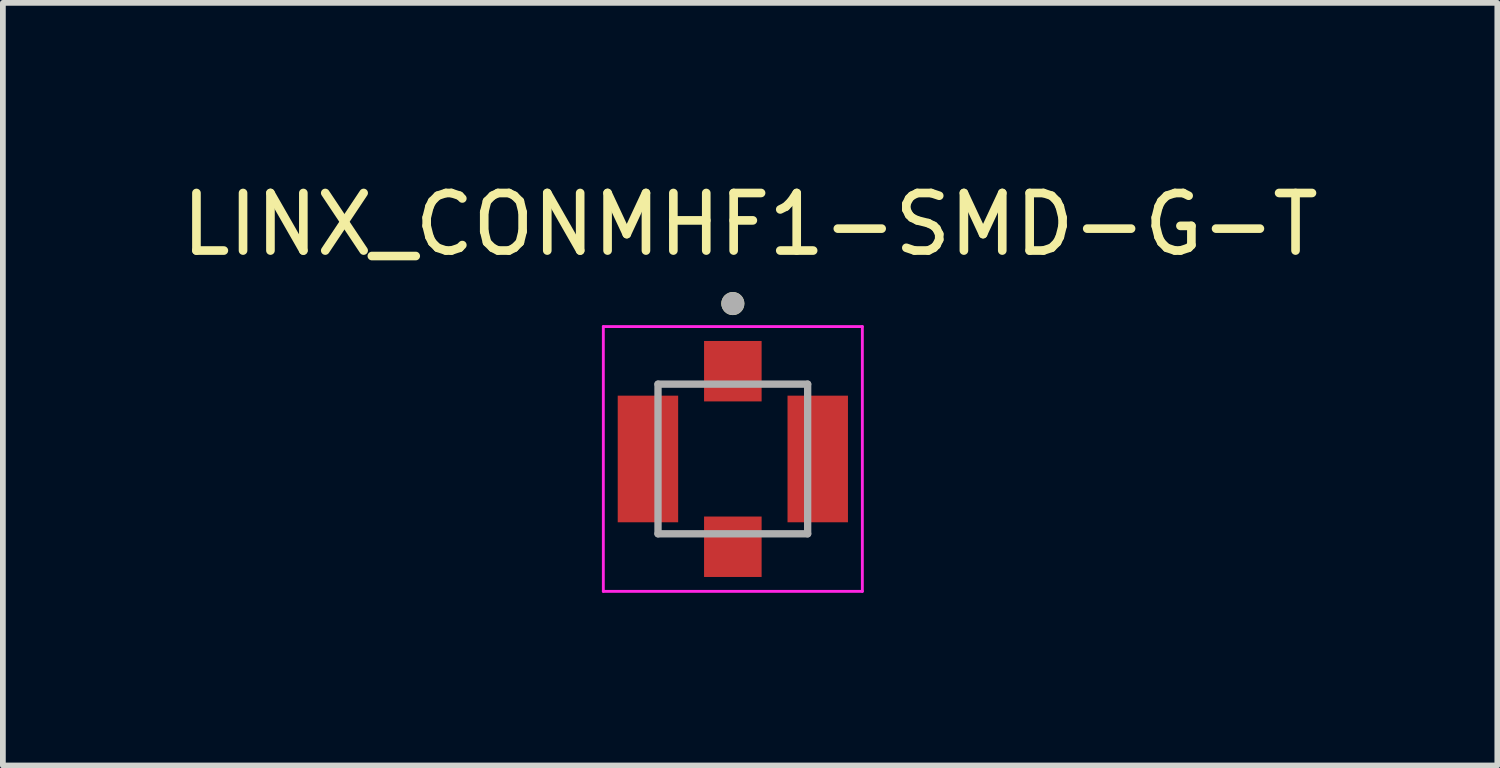
<source format=kicad_pcb>
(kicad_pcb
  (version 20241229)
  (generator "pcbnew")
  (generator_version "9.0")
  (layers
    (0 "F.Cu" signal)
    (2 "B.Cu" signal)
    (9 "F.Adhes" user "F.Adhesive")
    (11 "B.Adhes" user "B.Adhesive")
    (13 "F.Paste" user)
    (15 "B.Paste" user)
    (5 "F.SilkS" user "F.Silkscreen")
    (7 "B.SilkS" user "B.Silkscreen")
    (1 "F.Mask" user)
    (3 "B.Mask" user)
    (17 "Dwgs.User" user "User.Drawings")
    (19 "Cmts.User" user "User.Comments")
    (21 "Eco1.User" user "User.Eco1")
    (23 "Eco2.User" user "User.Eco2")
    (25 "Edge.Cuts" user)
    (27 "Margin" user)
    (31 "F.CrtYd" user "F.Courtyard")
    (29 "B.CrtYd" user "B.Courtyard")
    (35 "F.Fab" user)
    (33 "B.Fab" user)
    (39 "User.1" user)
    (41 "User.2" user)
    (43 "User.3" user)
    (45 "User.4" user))
  (footprint "LINX_CONMHF1-SMD-G-T"
    (layer "F.Cu")
    (at 9.682 4.924)
    (property "Reference" "LINX_CONMHF1-SMD-G-T" (at 0.3 -4.076 0) (layer "F.SilkS") (effects (font (size 1 1) (thickness 0.15))))
    (attr smd)
    (fp_circle (center 0 -2.7) (end 0.1 -2.7) (stroke (width 0.2) (type solid)) (fill no) (layer "F.SilkS"))
    (fp_line (start -2.25 -2.3) (end -2.25 2.3) (stroke (width 0.05) (type solid)) (layer "F.CrtYd"))
    (fp_line (start -2.25 2.3) (end 2.25 2.3) (stroke (width 0.05) (type solid)) (layer "F.CrtYd"))
    (fp_line (start 2.25 -2.3) (end -2.25 -2.3) (stroke (width 0.05) (type solid)) (layer "F.CrtYd"))
    (fp_line (start 2.25 2.3) (end 2.25 -2.3) (stroke (width 0.05) (type solid)) (layer "F.CrtYd"))
    (fp_line (start -1.3 -1.3) (end -1.3 1.3) (stroke (width 0.127) (type solid)) (layer "F.Fab"))
    (fp_line (start -1.3 1.3) (end 1.3 1.3) (stroke (width 0.127) (type solid)) (layer "F.Fab"))
    (fp_line (start 1.3 -1.3) (end -1.3 -1.3) (stroke (width 0.127) (type solid)) (layer "F.Fab"))
    (fp_line (start 1.3 1.3) (end 1.3 -1.3) (stroke (width 0.127) (type solid)) (layer "F.Fab"))
    (fp_circle (center 0 -2.7) (end 0.1 -2.7) (stroke (width 0.2) (type solid)) (fill no) (layer "F.Fab"))
    (pad "1" smd rect (at 0 -1.525) (size 1 1.05) (layers "F.Cu" "F.Mask" "F.Paste"))
    (pad "S1" smd rect (at -1.475 0) (size 1.05 2.2) (layers "F.Cu" "F.Mask" "F.Paste"))
    (pad "S2" smd rect (at 0 1.525) (size 1 1.05) (layers "F.Cu" "F.Mask" "F.Paste"))
    (pad "S3" smd rect (at 1.475 0) (size 1.05 2.2) (layers "F.Cu" "F.Mask" "F.Paste"))
    (zone (net_name "") (layer "F.Cu") (hatch full 0.508) (connect_pads) (min_thickness 0.01) (filled_areas_thickness no) (keepout (tracks not_allowed) (vias not_allowed) (pads not_allowed) (copperpour not_allowed) (footprints allowed)) (placement (enabled no)) (fill) (polygon (pts (xy 8.732 3.924) (xy 10.632 3.924) (xy 10.632 5.924) (xy 8.732 5.924))))
    (zone (net_name "") (layers "F.Cu" "B.Cu") (hatch full 0.508) (connect_pads) (min_thickness 0.01) (filled_areas_thickness no) (keepout (tracks allowed) (vias not_allowed) (pads allowed) (copperpour allowed) (footprints allowed)) (placement (enabled no)) (fill) (polygon (pts (xy 8.732 3.924) (xy 10.632 3.924) (xy 10.632 5.924) (xy 8.732 5.924))))
    (zone (net_name "") (layer "B.Cu") (hatch full 0.508) (connect_pads) (min_thickness 0.01) (filled_areas_thickness no) (keepout (tracks not_allowed) (vias not_allowed) (pads not_allowed) (copperpour not_allowed) (footprints allowed)) (placement (enabled no)) (fill) (polygon (pts (xy 8.732 3.924) (xy 10.632 3.924) (xy 10.632 5.924) (xy 8.732 5.924)))))
  (gr_rect
    (start -3 -3)
    (end 22.964 10.249)
    (stroke (width 0.1) (type default))
    (fill no)
    (layer "Edge.Cuts")))
</source>
